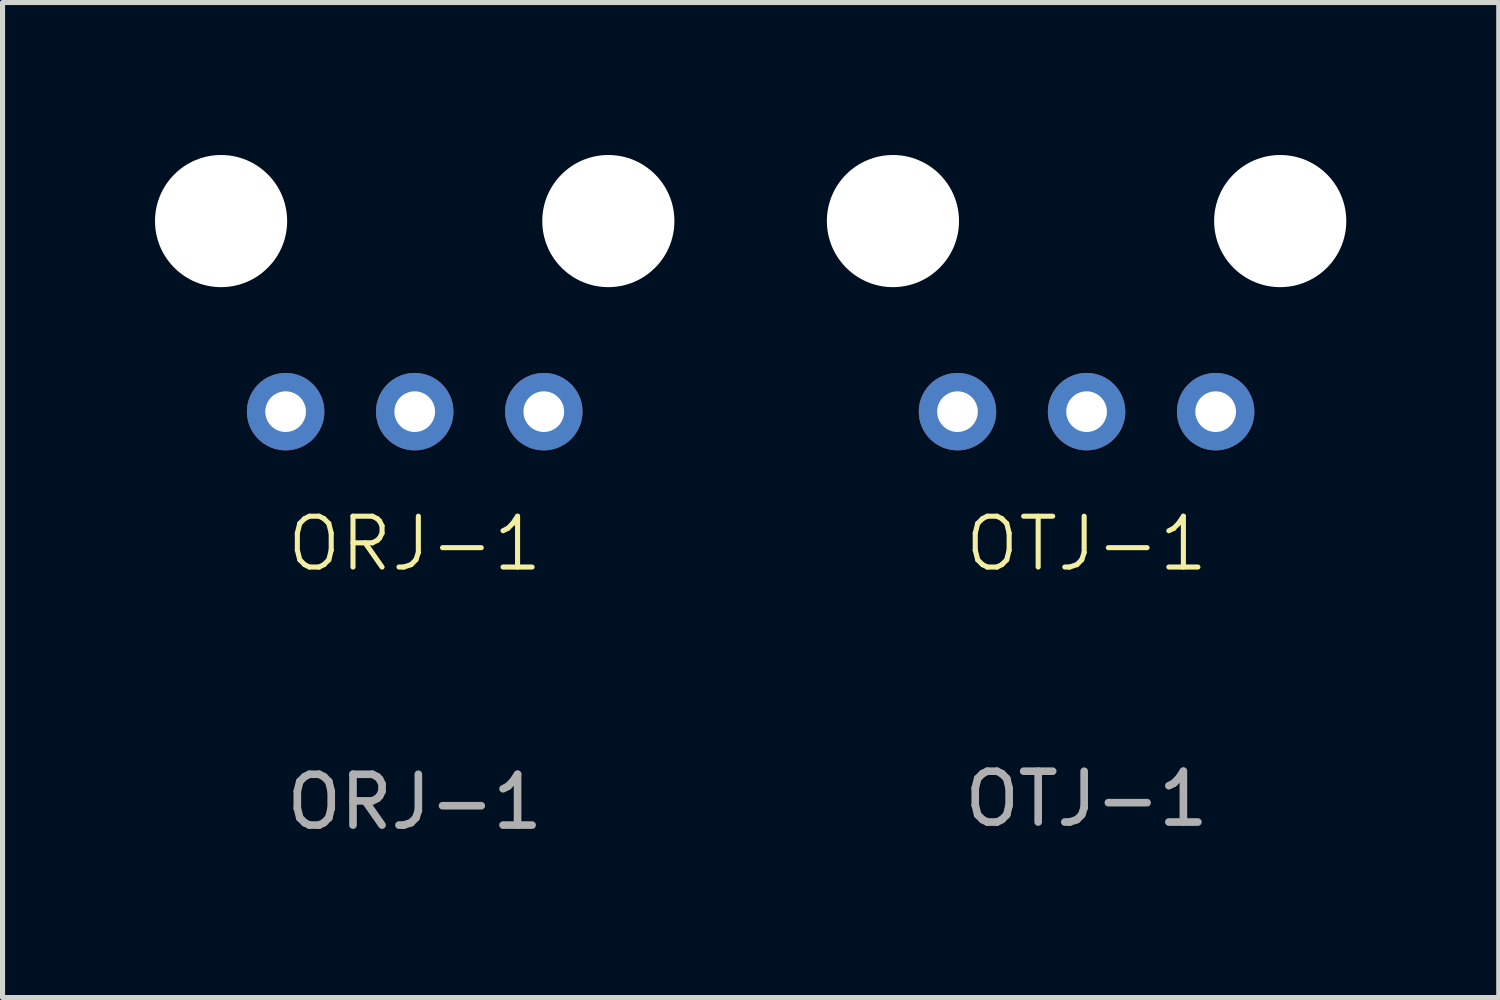
<source format=kicad_pcb>
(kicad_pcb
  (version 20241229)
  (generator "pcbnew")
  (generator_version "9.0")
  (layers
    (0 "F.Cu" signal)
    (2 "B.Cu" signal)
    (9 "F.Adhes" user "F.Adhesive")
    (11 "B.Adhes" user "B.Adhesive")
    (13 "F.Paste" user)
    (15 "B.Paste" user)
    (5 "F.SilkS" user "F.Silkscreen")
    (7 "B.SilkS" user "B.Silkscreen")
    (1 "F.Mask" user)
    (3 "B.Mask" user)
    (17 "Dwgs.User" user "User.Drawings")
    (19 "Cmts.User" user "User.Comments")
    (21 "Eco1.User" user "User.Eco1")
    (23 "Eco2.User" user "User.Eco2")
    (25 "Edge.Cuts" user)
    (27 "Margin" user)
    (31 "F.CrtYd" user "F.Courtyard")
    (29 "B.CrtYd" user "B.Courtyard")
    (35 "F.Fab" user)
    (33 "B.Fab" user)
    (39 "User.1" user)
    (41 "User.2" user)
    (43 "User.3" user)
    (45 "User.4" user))
  (footprint "OTJ-1"
    (layer "F.Cu")
    (at 18.33 1.3)
    (property "Reference" "OTJ-1" (at 0 6.35 0) (unlocked yes) (layer "F.SilkS") (effects (font (size 1 1) (thickness 0.1))))
    (attr through_hole)
    (fp_text user "${REFERENCE}" (at 0 11.37 0) (unlocked yes) (layer "F.Fab") (effects (font (size 1 1) (thickness 0.15))))
    (pad "" np_thru_hole circle (at -3.81 0) (size 2.6 2.6) (drill 2.6) (layers "*.Cu" "*.Mask"))
    (pad "" np_thru_hole circle (at 3.81 0) (size 2.6 2.6) (drill 2.6) (layers "*.Cu" "*.Mask"))
    (pad "1" thru_hole circle (at -2.54 3.75) (size 1.524 1.524) (drill 0.8) (layers "*.Cu" "*.Mask"))
    (pad "2" thru_hole circle (at 0 3.75) (size 1.524 1.524) (drill 0.8) (layers "*.Cu" "*.Mask"))
    (pad "3" thru_hole circle (at 2.54 3.75) (size 1.524 1.524) (drill 0.8) (layers "*.Cu" "*.Mask")))
  (footprint "ORJ-1"
    (layer "F.Cu")
    (at 5.11 1.3)
    (property "Reference" "ORJ-1" (at 0 6.35 0) (unlocked yes) (layer "F.SilkS") (effects (font (size 1 1) (thickness 0.1))))
    (attr through_hole)
    (fp_text user "${REFERENCE}" (at 0 11.43 0) (unlocked yes) (layer "F.Fab") (effects (font (size 1 1) (thickness 0.15))))
    (pad "" np_thru_hole circle (at -3.81 0) (size 2.6 2.6) (drill 2.6) (layers "*.Cu" "*.Mask"))
    (pad "" np_thru_hole circle (at 3.81 0) (size 2.6 2.6) (drill 2.6) (layers "*.Cu" "*.Mask"))
    (pad "1" thru_hole circle (at -2.54 3.75) (size 1.524 1.524) (drill 0.8) (layers "*.Cu" "*.Mask"))
    (pad "2" thru_hole circle (at 0 3.75) (size 1.524 1.524) (drill 0.8) (layers "*.Cu" "*.Mask"))
    (pad "3" thru_hole circle (at 2.54 3.75) (size 1.524 1.524) (drill 0.8) (layers "*.Cu" "*.Mask")))
  (gr_rect
    (start -3 -3)
    (end 26.44 16.578)
    (stroke (width 0.1) (type default))
    (fill no)
    (layer "Edge.Cuts")))
</source>
